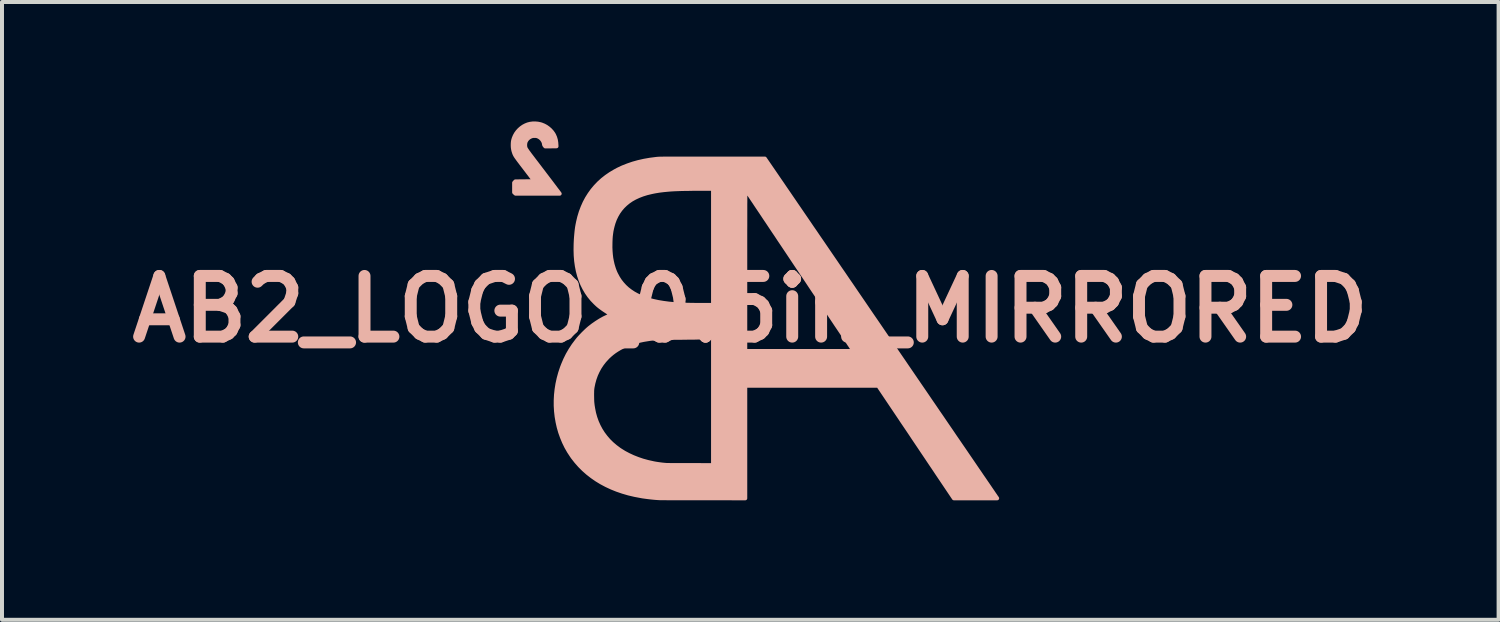
<source format=kicad_pcb>
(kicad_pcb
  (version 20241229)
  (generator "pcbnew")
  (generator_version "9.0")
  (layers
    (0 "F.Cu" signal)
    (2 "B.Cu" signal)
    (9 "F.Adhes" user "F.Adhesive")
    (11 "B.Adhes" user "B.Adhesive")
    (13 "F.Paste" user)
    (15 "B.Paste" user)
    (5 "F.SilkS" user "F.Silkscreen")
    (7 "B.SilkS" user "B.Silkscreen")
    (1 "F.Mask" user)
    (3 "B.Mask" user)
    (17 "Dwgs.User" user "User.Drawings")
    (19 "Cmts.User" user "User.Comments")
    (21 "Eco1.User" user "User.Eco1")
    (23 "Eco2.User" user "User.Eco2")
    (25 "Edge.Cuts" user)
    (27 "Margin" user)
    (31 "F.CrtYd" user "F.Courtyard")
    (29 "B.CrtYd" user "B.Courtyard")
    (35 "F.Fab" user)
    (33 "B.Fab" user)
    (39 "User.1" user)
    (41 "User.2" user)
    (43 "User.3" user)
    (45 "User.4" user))
  (footprint "AB2_LOGO_0.5in_MIRRORED"
    (layer "F.Cu")
    (at 15.792 4.714)
    (property "Reference" "AB2_LOGO_0.5in_MIRRORED" (at 0 0 0) (layer "B.SilkS") (effects (font (size 1.524 1.524) (thickness 0.3))))
    (attr through_hole)
    (fp_poly (pts (xy -4.787 -2.9) (xy -5.341 -2.9) (xy -5.895 -2.9) (xy -5.913 -2.916) (xy -5.931 -2.933) (xy -5.931 -3.054) (xy -5.931 -3.175) (xy -5.915 -3.192) (xy -5.899 -3.209) (xy -5.66 -3.211) (xy -5.616 -3.212) (xy -5.574 -3.212) (xy -5.536 -3.213) (xy -5.502 -3.213) (xy -5.473 -3.214) (xy -5.449 -3.214) (xy -5.432 -3.215) (xy -5.422 -3.215) (xy -5.42 -3.215) (xy -5.422 -3.218) (xy -5.429 -3.228) (xy -5.44 -3.243) (xy -5.456 -3.263) (xy -5.474 -3.288) (xy -5.496 -3.316) (xy -5.52 -3.348) (xy -5.546 -3.383) (xy -5.574 -3.419) (xy -5.58 -3.427) (xy -5.628 -3.49) (xy -5.671 -3.546) (xy -5.709 -3.596) (xy -5.743 -3.64) (xy -5.773 -3.68) (xy -5.799 -3.714) (xy -5.822 -3.745) (xy -5.842 -3.772) (xy -5.858 -3.795) (xy -5.873 -3.815) (xy -5.885 -3.833) (xy -5.895 -3.848) (xy -5.903 -3.862) (xy -5.91 -3.874) (xy -5.915 -3.885) (xy -5.92 -3.896) (xy -5.925 -3.906) (xy -5.929 -3.917) (xy -5.933 -3.928) (xy -5.935 -3.934) (xy -5.949 -3.979) (xy -5.958 -4.021) (xy -5.964 -4.063) (xy -5.966 -4.11) (xy -5.966 -4.123) (xy -5.965 -4.161) (xy -5.963 -4.193) (xy -5.959 -4.222) (xy -5.952 -4.252) (xy -5.942 -4.286) (xy -5.939 -4.295) (xy -5.915 -4.352) (xy -5.884 -4.408) (xy -5.847 -4.459) (xy -5.803 -4.507) (xy -5.754 -4.55) (xy -5.701 -4.587) (xy -5.645 -4.617) (xy -5.588 -4.64) (xy -5.528 -4.655) (xy -5.465 -4.663) (xy -5.4 -4.664) (xy -5.334 -4.658) (xy -5.271 -4.645) (xy -5.241 -4.636) (xy -5.182 -4.612) (xy -5.125 -4.581) (xy -5.073 -4.544) (xy -5.025 -4.502) (xy -4.982 -4.455) (xy -4.946 -4.405) (xy -4.929 -4.375) (xy -4.903 -4.316) (xy -4.884 -4.252) (xy -4.873 -4.185) (xy -4.87 -4.143) (xy -4.867 -4.09) (xy -5.008 -4.088) (xy -5.149 -4.087) (xy -5.163 -4.104) (xy -5.17 -4.113) (xy -5.175 -4.122) (xy -5.179 -4.132) (xy -5.182 -4.147) (xy -5.184 -4.162) (xy -5.187 -4.176) (xy -5.193 -4.193) (xy -5.201 -4.212) (xy -5.204 -4.217) (xy -5.226 -4.254) (xy -5.255 -4.286) (xy -5.288 -4.313) (xy -5.326 -4.334) (xy -5.355 -4.345) (xy -5.376 -4.349) (xy -5.402 -4.351) (xy -5.43 -4.351) (xy -5.456 -4.35) (xy -5.478 -4.346) (xy -5.52 -4.33) (xy -5.557 -4.309) (xy -5.591 -4.281) (xy -5.618 -4.248) (xy -5.639 -4.211) (xy -5.643 -4.2) (xy -5.65 -4.175) (xy -5.654 -4.145) (xy -5.655 -4.114) (xy -5.653 -4.085) (xy -5.652 -4.08) (xy -5.65 -4.072) (xy -5.649 -4.065) (xy -5.647 -4.058) (xy -5.645 -4.052) (xy -5.642 -4.044) (xy -5.639 -4.036) (xy -5.634 -4.027) (xy -5.627 -4.016) (xy -5.619 -4.003) (xy -5.609 -3.988) (xy -5.597 -3.971) (xy -5.583 -3.95) (xy -5.565 -3.927) (xy -5.545 -3.899) (xy -5.522 -3.868) (xy -5.495 -3.833) (xy -5.464 -3.792) (xy -5.43 -3.747) (xy -5.391 -3.696) (xy -5.348 -3.64) (xy -5.3 -3.577) (xy -5.26 -3.524) (xy -5.226 -3.48) (xy -5.191 -3.434) (xy -5.155 -3.386) (xy -5.118 -3.338) (xy -5.082 -3.29) (xy -5.046 -3.243) (xy -5.01 -3.196) (xy -4.976 -3.151) (xy -4.944 -3.108) (xy -4.913 -3.068) (xy -4.886 -3.031) (xy -4.861 -2.998) (xy -4.839 -2.97) (xy -4.822 -2.947) (xy -4.808 -2.929) (xy -4.8 -2.918) (xy -4.787 -2.9)) (stroke (width 0.1) (type solid)) (fill yes) (layer "B.SilkS"))
    (fp_poly (pts (xy 6.199 4.75) (xy 5.655 4.75) (xy 5.112 4.75) (xy 4.724 4.173) (xy 4.683 4.112) (xy 4.638 4.044) (xy 4.589 3.971) (xy 4.536 3.893) (xy 4.481 3.811) (xy 4.423 3.724) (xy 4.363 3.635) (xy 4.301 3.543) (xy 4.239 3.45) (xy 4.175 3.355) (xy 4.111 3.26) (xy 4.048 3.165) (xy 3.985 3.071) (xy 3.923 2.979) (xy 3.862 2.889) (xy 3.803 2.802) (xy 3.775 2.759) (xy 3.212 1.922) (xy 2.596 1.922) (xy 2.596 1.05) (xy 2.589 1.038) (xy 2.586 1.034) (xy 2.578 1.023) (xy 2.566 1.005) (xy 2.55 0.981) (xy 2.53 0.951) (xy 2.507 0.916) (xy 2.479 0.875) (xy 2.449 0.829) (xy 2.415 0.778) (xy 2.378 0.723) (xy 2.338 0.664) (xy 2.296 0.6) (xy 2.251 0.533) (xy 2.204 0.463) (xy 2.154 0.389) (xy 2.103 0.312) (xy 2.05 0.233) (xy 1.996 0.152) (xy 1.94 0.068) (xy 1.889 -0.008) (xy 1.822 -0.108) (xy 1.752 -0.213) (xy 1.678 -0.324) (xy 1.601 -0.438) (xy 1.522 -0.556) (xy 1.442 -0.677) (xy 1.36 -0.8) (xy 1.277 -0.923) (xy 1.194 -1.047) (xy 1.111 -1.171) (xy 1.029 -1.294) (xy 0.949 -1.414) (xy 0.87 -1.532) (xy 0.793 -1.647) (xy 0.719 -1.757) (xy 0.649 -1.863) (xy 0.582 -1.962) (xy 0.538 -2.028) (xy 0.483 -2.111) (xy 0.429 -2.192) (xy 0.376 -2.27) (xy 0.325 -2.347) (xy 0.276 -2.421) (xy 0.228 -2.492) (xy 0.183 -2.559) (xy 0.14 -2.623) (xy 0.1 -2.684) (xy 0.062 -2.74) (xy 0.027 -2.792) (xy -0.004 -2.839) (xy -0.033 -2.881) (xy -0.058 -2.918) (xy -0.079 -2.95) (xy -0.096 -2.976) (xy -0.109 -2.995) (xy -0.118 -3.009) (xy -0.123 -3.015) (xy -0.123 -3.016) (xy -0.124 -3.012) (xy -0.124 -3) (xy -0.124 -2.98) (xy -0.124 -2.952) (xy -0.125 -2.917) (xy -0.125 -2.874) (xy -0.125 -2.824) (xy -0.125 -2.768) (xy -0.125 -2.705) (xy -0.126 -2.635) (xy -0.126 -2.56) (xy -0.126 -2.478) (xy -0.126 -2.391) (xy -0.126 -2.299) (xy -0.126 -2.202) (xy -0.126 -2.099) (xy -0.127 -1.993) (xy -0.127 -1.881) (xy -0.127 -1.766) (xy -0.127 -1.646) (xy -0.127 -1.523) (xy -0.127 -1.396) (xy -0.127 -1.267) (xy -0.127 -1.134) (xy -0.127 -0.998) (xy -0.127 -0.985) (xy -0.127 1.05) (xy 1.235 1.05) (xy 2.596 1.05) (xy 2.596 1.922) (xy 1.543 1.922) (xy -0.127 1.922) (xy -0.127 3.336) (xy -0.127 4.75) (xy -0.936 4.749) (xy -0.936 3.916) (xy -0.936 2.311) (xy -0.936 0.706) (xy -0.936 -0.106) (xy -0.936 -1.564) (xy -0.936 -3.023) (xy -1.22 -3.023) (xy -1.338 -3.022) (xy -1.448 -3.022) (xy -1.551 -3.02) (xy -1.646 -3.019) (xy -1.735 -3.017) (xy -1.819 -3.014) (xy -1.897 -3.011) (xy -1.97 -3.007) (xy -2.039 -3.002) (xy -2.104 -2.996) (xy -2.167 -2.99) (xy -2.226 -2.983) (xy -2.283 -2.976) (xy -2.339 -2.967) (xy -2.393 -2.958) (xy -2.447 -2.947) (xy -2.485 -2.939) (xy -2.597 -2.912) (xy -2.703 -2.879) (xy -2.802 -2.841) (xy -2.895 -2.798) (xy -2.981 -2.75) (xy -3.06 -2.696) (xy -3.133 -2.636) (xy -3.199 -2.572) (xy -3.259 -2.502) (xy -3.313 -2.426) (xy -3.36 -2.345) (xy -3.401 -2.259) (xy -3.435 -2.167) (xy -3.458 -2.087) (xy -3.473 -2.025) (xy -3.486 -1.964) (xy -3.495 -1.902) (xy -3.503 -1.838) (xy -3.508 -1.77) (xy -3.511 -1.697) (xy -3.512 -1.649) (xy -3.513 -1.549) (xy -3.509 -1.456) (xy -3.502 -1.368) (xy -3.492 -1.285) (xy -3.477 -1.204) (xy -3.459 -1.124) (xy -3.448 -1.086) (xy -3.434 -1.04) (xy -3.421 -1) (xy -3.407 -0.963) (xy -3.392 -0.926) (xy -3.374 -0.887) (xy -3.365 -0.87) (xy -3.321 -0.788) (xy -3.271 -0.711) (xy -3.215 -0.64) (xy -3.154 -0.573) (xy -3.086 -0.51) (xy -3.012 -0.453) (xy -2.932 -0.4) (xy -2.845 -0.352) (xy -2.752 -0.309) (xy -2.652 -0.27) (xy -2.545 -0.235) (xy -2.432 -0.205) (xy -2.311 -0.179) (xy -2.184 -0.158) (xy -2.049 -0.14) (xy -1.935 -0.129) (xy -1.884 -0.125) (xy -1.834 -0.122) (xy -1.784 -0.119) (xy -1.734 -0.116) (xy -1.682 -0.114) (xy -1.628 -0.112) (xy -1.571 -0.11) (xy -1.509 -0.109) (xy -1.443 -0.108) (xy -1.37 -0.107) (xy -1.291 -0.107) (xy -1.208 -0.107) (xy -0.936 -0.106) (xy -0.936 0.706) (xy -1.062 0.709) (xy -1.12 0.71) (xy -1.184 0.711) (xy -1.252 0.712) (xy -1.324 0.713) (xy -1.398 0.715) (xy -1.473 0.716) (xy -1.548 0.716) (xy -1.622 0.717) (xy -1.693 0.718) (xy -1.762 0.719) (xy -1.825 0.719) (xy -1.884 0.719) (xy -1.935 0.72) (xy -1.962 0.72) (xy -2.045 0.72) (xy -2.121 0.721) (xy -2.19 0.722) (xy -2.254 0.724) (xy -2.313 0.727) (xy -2.369 0.731) (xy -2.422 0.736) (xy -2.474 0.741) (xy -2.526 0.747) (xy -2.557 0.752) (xy -2.68 0.772) (xy -2.796 0.797) (xy -2.906 0.827) (xy -3.012 0.862) (xy -3.113 0.902) (xy -3.198 0.941) (xy -3.274 0.98) (xy -3.343 1.021) (xy -3.407 1.063) (xy -3.467 1.108) (xy -3.525 1.157) (xy -3.583 1.211) (xy -3.588 1.217) (xy -3.66 1.295) (xy -3.724 1.377) (xy -3.782 1.464) (xy -3.832 1.556) (xy -3.876 1.652) (xy -3.912 1.752) (xy -3.941 1.857) (xy -3.963 1.965) (xy -3.965 1.983) (xy -3.968 2) (xy -3.969 2.018) (xy -3.971 2.038) (xy -3.972 2.06) (xy -3.972 2.087) (xy -3.973 2.12) (xy -3.973 2.16) (xy -3.973 2.167) (xy -3.972 2.22) (xy -3.971 2.267) (xy -3.97 2.309) (xy -3.967 2.348) (xy -3.963 2.386) (xy -3.958 2.426) (xy -3.951 2.468) (xy -3.947 2.494) (xy -3.924 2.61) (xy -3.893 2.721) (xy -3.855 2.828) (xy -3.809 2.931) (xy -3.757 3.029) (xy -3.697 3.123) (xy -3.63 3.212) (xy -3.557 3.297) (xy -3.476 3.377) (xy -3.388 3.452) (xy -3.293 3.523) (xy -3.266 3.541) (xy -3.165 3.604) (xy -3.057 3.661) (xy -2.943 3.714) (xy -2.824 3.761) (xy -2.7 3.803) (xy -2.572 3.838) (xy -2.441 3.867) (xy -2.434 3.869) (xy -2.379 3.879) (xy -2.322 3.888) (xy -2.265 3.896) (xy -2.21 3.903) (xy -2.158 3.908) (xy -2.112 3.912) (xy -2.091 3.913) (xy -2.083 3.913) (xy -2.067 3.913) (xy -2.044 3.913) (xy -2.013 3.914) (xy -1.977 3.914) (xy -1.934 3.914) (xy -1.887 3.914) (xy -1.834 3.914) (xy -1.777 3.914) (xy -1.717 3.915) (xy -1.653 3.915) (xy -1.587 3.915) (xy -1.519 3.915) (xy -1.498 3.915) (xy -0.936 3.916) (xy -0.936 4.749) (xy -1.18 4.749) (xy -1.274 4.749) (xy -1.367 4.749) (xy -1.457 4.749) (xy -1.544 4.749) (xy -1.628 4.748) (xy -1.708 4.748) (xy -1.785 4.748) (xy -1.857 4.748) (xy -1.925 4.748) (xy -1.988 4.748) (xy -2.046 4.748) (xy -2.097 4.748) (xy -2.143 4.747) (xy -2.182 4.747) (xy -2.214 4.747) (xy -2.239 4.747) (xy -2.257 4.747) (xy -2.266 4.747) (xy -2.267 4.747) (xy -2.32 4.744) (xy -2.379 4.74) (xy -2.444 4.734) (xy -2.51 4.727) (xy -2.578 4.719) (xy -2.645 4.71) (xy -2.709 4.701) (xy -2.747 4.694) (xy -2.905 4.664) (xy -3.058 4.628) (xy -3.205 4.585) (xy -3.348 4.536) (xy -3.485 4.481) (xy -3.616 4.42) (xy -3.742 4.353) (xy -3.862 4.28) (xy -3.976 4.201) (xy -4.084 4.117) (xy -4.187 4.026) (xy -4.283 3.93) (xy -4.373 3.828) (xy -4.457 3.721) (xy -4.482 3.685) (xy -4.555 3.574) (xy -4.621 3.459) (xy -4.679 3.34) (xy -4.73 3.217) (xy -4.775 3.091) (xy -4.812 2.962) (xy -4.841 2.831) (xy -4.864 2.698) (xy -4.879 2.563) (xy -4.887 2.427) (xy -4.887 2.289) (xy -4.88 2.152) (xy -4.865 2.014) (xy -4.843 1.876) (xy -4.813 1.739) (xy -4.776 1.603) (xy -4.731 1.468) (xy -4.703 1.395) (xy -4.648 1.266) (xy -4.587 1.143) (xy -4.518 1.024) (xy -4.443 0.909) (xy -4.359 0.797) (xy -4.316 0.743) (xy -4.292 0.716) (xy -4.264 0.685) (xy -4.231 0.651) (xy -4.197 0.615) (xy -4.161 0.58) (xy -4.126 0.546) (xy -4.093 0.515) (xy -4.062 0.488) (xy -4.044 0.472) (xy -3.955 0.403) (xy -3.863 0.339) (xy -3.771 0.281) (xy -3.678 0.229) (xy -3.588 0.186) (xy -3.566 0.177) (xy -3.545 0.167) (xy -3.527 0.159) (xy -3.514 0.153) (xy -3.512 0.152) (xy -3.492 0.141) (xy -3.508 0.128) (xy -3.517 0.122) (xy -3.531 0.112) (xy -3.55 0.099) (xy -3.572 0.085) (xy -3.595 0.07) (xy -3.598 0.068) (xy -3.65 0.034) (xy -3.695 0.004) (xy -3.735 -0.025) (xy -3.772 -0.052) (xy -3.806 -0.079) (xy -3.839 -0.107) (xy -3.871 -0.137) (xy -3.899 -0.164) (xy -3.977 -0.245) (xy -4.047 -0.331) (xy -4.111 -0.423) (xy -4.168 -0.52) (xy -4.219 -0.622) (xy -4.263 -0.729) (xy -4.301 -0.842) (xy -4.332 -0.96) (xy -4.356 -1.083) (xy -4.374 -1.211) (xy -4.385 -1.344) (xy -4.389 -1.482) (xy -4.387 -1.626) (xy -4.386 -1.657) (xy -4.382 -1.739) (xy -4.377 -1.812) (xy -4.371 -1.88) (xy -4.365 -1.943) (xy -4.358 -2.003) (xy -4.35 -2.06) (xy -4.34 -2.116) (xy -4.329 -2.171) (xy -4.326 -2.187) (xy -4.295 -2.316) (xy -4.257 -2.441) (xy -4.212 -2.56) (xy -4.161 -2.675) (xy -4.103 -2.784) (xy -4.038 -2.887) (xy -3.967 -2.986) (xy -3.889 -3.079) (xy -3.805 -3.167) (xy -3.715 -3.249) (xy -3.617 -3.326) (xy -3.514 -3.397) (xy -3.403 -3.463) (xy -3.328 -3.504) (xy -3.207 -3.561) (xy -3.08 -3.611) (xy -2.949 -3.656) (xy -2.813 -3.694) (xy -2.671 -3.726) (xy -2.523 -3.752) (xy -2.37 -3.772) (xy -2.339 -3.775) (xy -2.331 -3.776) (xy -2.323 -3.776) (xy -2.314 -3.777) (xy -2.305 -3.778) (xy -2.294 -3.778) (xy -2.281 -3.779) (xy -2.266 -3.779) (xy -2.249 -3.779) (xy -2.23 -3.78) (xy -2.208 -3.78) (xy -2.183 -3.781) (xy -2.155 -3.781) (xy -2.123 -3.781) (xy -2.087 -3.781) (xy -2.046 -3.782) (xy -2.002 -3.782) (xy -1.952 -3.782) (xy -1.897 -3.782) (xy -1.837 -3.782) (xy -1.771 -3.782) (xy -1.699 -3.782) (xy -1.621 -3.782) (xy -1.537 -3.782) (xy -1.445 -3.782) (xy -1.346 -3.782) (xy -1.24 -3.782) (xy -1.126 -3.782) (xy -1.004 -3.782) (xy -0.949 -3.782) (xy 0.365 -3.782) (xy 0.664 -3.346) (xy 0.706 -3.284) (xy 0.752 -3.217) (xy 0.802 -3.145) (xy 0.854 -3.068) (xy 0.91 -2.986) (xy 0.97 -2.899) (xy 1.032 -2.808) (xy 1.097 -2.713) (xy 1.165 -2.613) (xy 1.236 -2.51) (xy 1.309 -2.403) (xy 1.385 -2.292) (xy 1.463 -2.178) (xy 1.543 -2.06) (xy 1.626 -1.94) (xy 1.71 -1.816) (xy 1.797 -1.69) (xy 1.885 -1.561) (xy 1.975 -1.429) (xy 2.066 -1.296) (xy 2.159 -1.16) (xy 2.253 -1.022) (xy 2.349 -0.883) (xy 2.445 -0.741) (xy 2.543 -0.599) (xy 2.641 -0.455) (xy 2.74 -0.31) (xy 2.84 -0.164) (xy 2.94 -0.017) (xy 3.041 0.131) (xy 3.142 0.278) (xy 3.244 0.427) (xy 3.345 0.575) (xy 3.446 0.723) (xy 3.548 0.871) (xy 3.649 1.019) (xy 3.749 1.166) (xy 3.85 1.313) (xy 3.949 1.459) (xy 4.048 1.603) (xy 4.146 1.747) (xy 4.243 1.889) (xy 4.34 2.03) (xy 4.435 2.169) (xy 4.528 2.306) (xy 4.621 2.441) (xy 4.711 2.574) (xy 4.801 2.704) (xy 4.888 2.832) (xy 4.974 2.958) (xy 5.058 3.08) (xy 5.139 3.2) (xy 5.219 3.316) (xy 5.296 3.429) (xy 5.371 3.538) (xy 5.443 3.644) (xy 5.513 3.746) (xy 5.58 3.844) (xy 5.644 3.938) (xy 5.705 4.028) (xy 5.764 4.113) (xy 5.818 4.193) (xy 5.87 4.268) (xy 5.918 4.339) (xy 5.963 4.404) (xy 6.004 4.464) (xy 6.041 4.519) (xy 6.075 4.568) (xy 6.104 4.611) (xy 6.129 4.648) (xy 6.151 4.679) (xy 6.167 4.704) (xy 6.18 4.722) (xy 6.188 4.733) (xy 6.191 4.738) (xy 6.191 4.738) (xy 6.199 4.75)) (stroke (width 0.1) (type solid)) (fill yes) (layer "B.SilkS")))
  (gr_rect
    (start -3 -3)
    (end 34.583 12.514)
    (stroke (width 0.1) (type default))
    (fill no)
    (layer "Edge.Cuts")))
</source>
